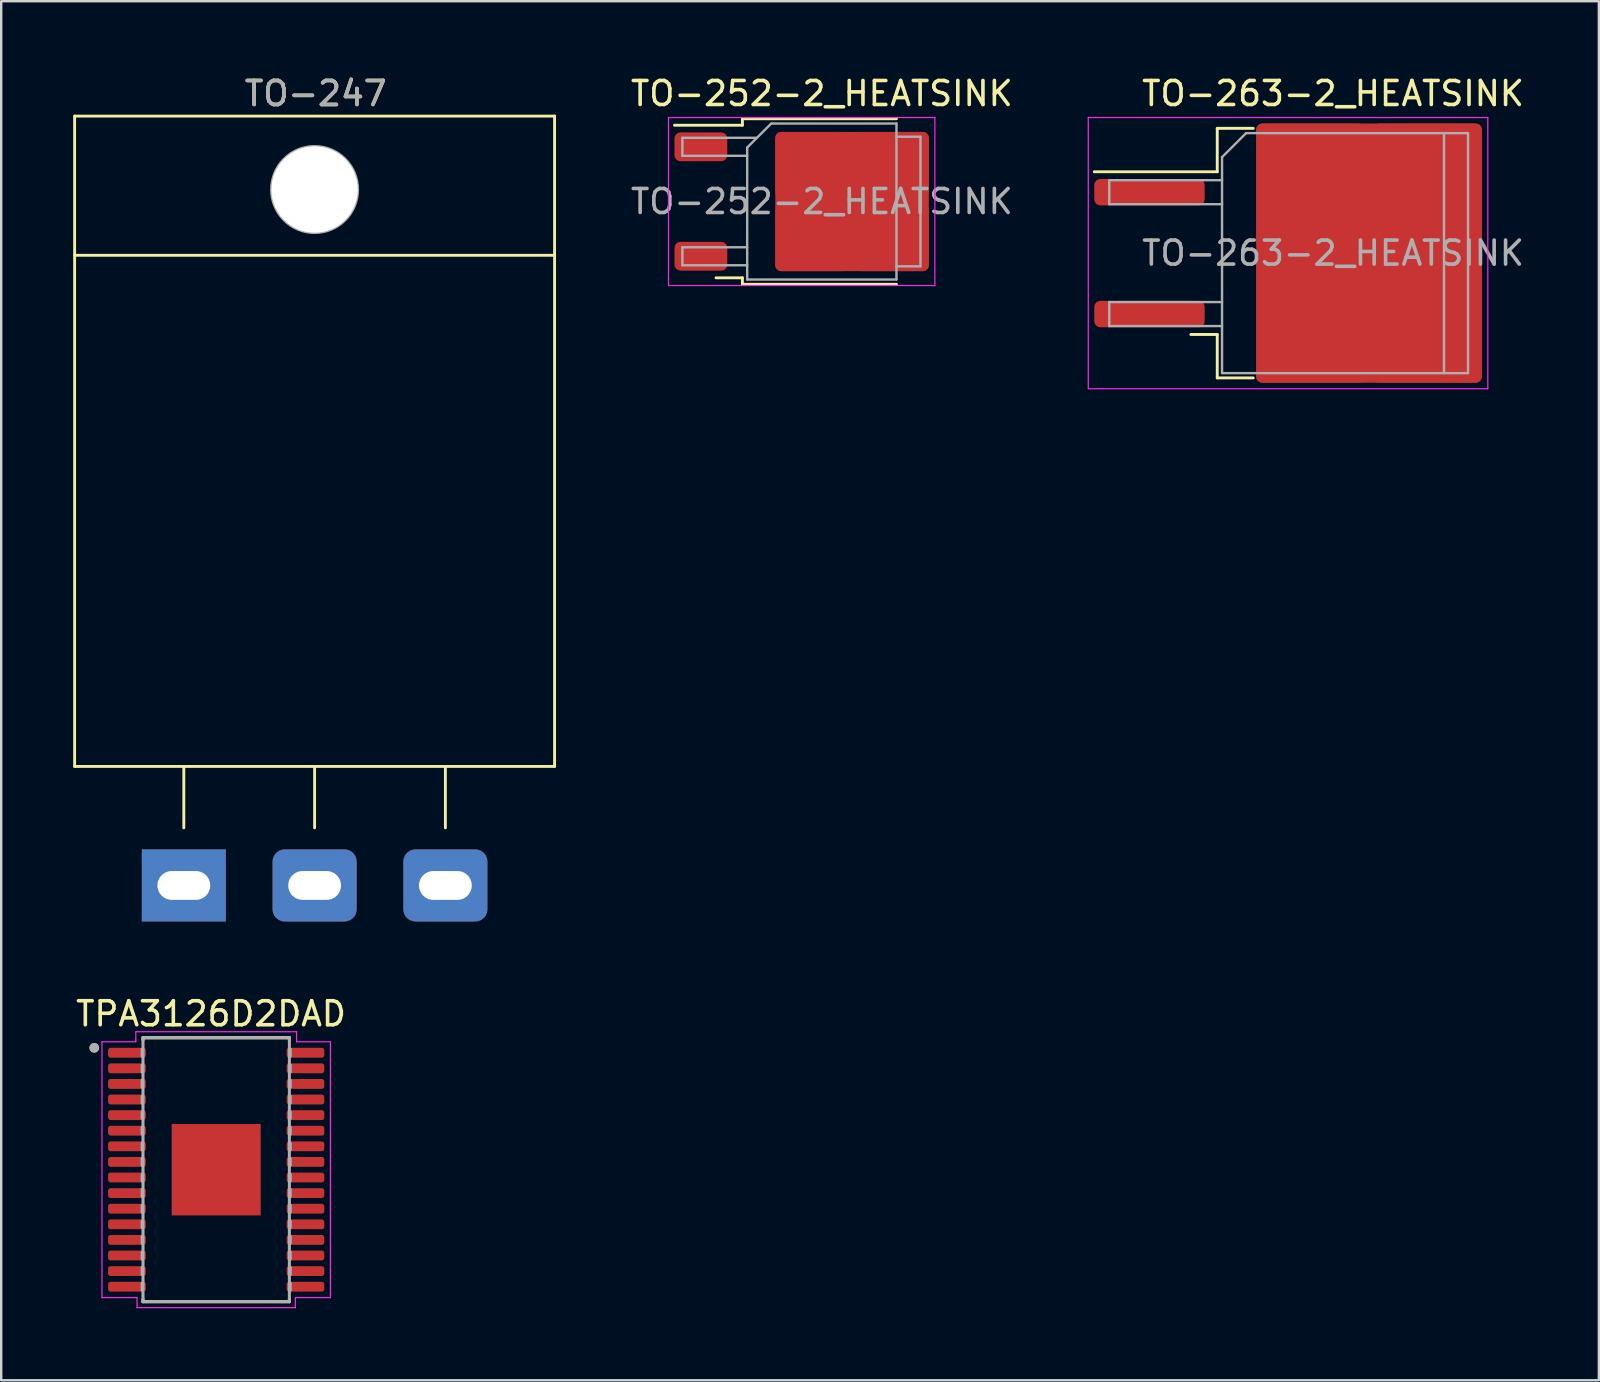
<source format=kicad_pcb>
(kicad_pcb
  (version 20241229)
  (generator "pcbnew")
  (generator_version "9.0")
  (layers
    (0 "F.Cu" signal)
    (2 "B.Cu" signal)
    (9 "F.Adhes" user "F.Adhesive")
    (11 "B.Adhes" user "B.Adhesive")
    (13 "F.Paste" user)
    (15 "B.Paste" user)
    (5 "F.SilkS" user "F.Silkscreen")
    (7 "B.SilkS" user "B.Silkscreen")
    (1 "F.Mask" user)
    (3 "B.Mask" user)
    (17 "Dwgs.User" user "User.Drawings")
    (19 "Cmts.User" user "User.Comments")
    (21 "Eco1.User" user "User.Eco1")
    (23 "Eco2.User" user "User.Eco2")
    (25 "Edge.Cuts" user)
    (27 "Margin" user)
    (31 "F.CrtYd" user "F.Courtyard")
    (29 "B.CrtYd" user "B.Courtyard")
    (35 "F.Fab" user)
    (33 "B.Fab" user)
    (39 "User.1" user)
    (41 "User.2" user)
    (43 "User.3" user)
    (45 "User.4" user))
  (footprint "TO-263-2_HEATSINK"
    (layer "F.Cu")
    (at 52.5 7.498)
    (property "Reference" "TO-263-2_HEATSINK" (at 0 -6.65 0) (layer "F.SilkS") (effects (font (size 1 1) (thickness 0.15))))
    (attr smd)
    (fp_line (start -4.825 -5.2) (end -4.825 -3.39) (stroke (width 0.12) (type solid)) (layer "F.SilkS"))
    (fp_line (start -4.825 -3.39) (end -9.95 -3.39) (stroke (width 0.12) (type solid)) (layer "F.SilkS"))
    (fp_line (start -4.825 3.39) (end -5.925 3.39) (stroke (width 0.12) (type solid)) (layer "F.SilkS"))
    (fp_line (start -4.825 5.2) (end -4.825 3.39) (stroke (width 0.12) (type solid)) (layer "F.SilkS"))
    (fp_line (start -3.325 -5.2) (end -4.825 -5.2) (stroke (width 0.12) (type solid)) (layer "F.SilkS"))
    (fp_line (start -3.325 5.2) (end -4.825 5.2) (stroke (width 0.12) (type solid)) (layer "F.SilkS"))
    (fp_line (start -10.2 -5.65) (end -10.2 5.65) (stroke (width 0.05) (type solid)) (layer "F.CrtYd"))
    (fp_line (start -10.2 5.65) (end 6.45 5.65) (stroke (width 0.05) (type solid)) (layer "F.CrtYd"))
    (fp_line (start 6.45 -5.65) (end -10.2 -5.65) (stroke (width 0.05) (type solid)) (layer "F.CrtYd"))
    (fp_line (start 6.45 5.65) (end 6.45 -5.65) (stroke (width 0.05) (type solid)) (layer "F.CrtYd"))
    (fp_line (start -9.325 -3.04) (end -9.325 -2.04) (stroke (width 0.1) (type solid)) (layer "F.Fab"))
    (fp_line (start -9.325 -2.04) (end -4.625 -2.04) (stroke (width 0.1) (type solid)) (layer "F.Fab"))
    (fp_line (start -9.325 2.04) (end -9.325 3.04) (stroke (width 0.1) (type solid)) (layer "F.Fab"))
    (fp_line (start -9.325 3.04) (end -4.625 3.04) (stroke (width 0.1) (type solid)) (layer "F.Fab"))
    (fp_line (start -4.625 -4) (end -3.625 -5) (stroke (width 0.1) (type solid)) (layer "F.Fab"))
    (fp_line (start -4.625 -3.04) (end -9.325 -3.04) (stroke (width 0.1) (type solid)) (layer "F.Fab"))
    (fp_line (start -4.625 2.04) (end -9.325 2.04) (stroke (width 0.1) (type solid)) (layer "F.Fab"))
    (fp_line (start -4.625 5) (end -4.625 -4) (stroke (width 0.1) (type solid)) (layer "F.Fab"))
    (fp_line (start -3.625 -5) (end 4.625 -5) (stroke (width 0.1) (type solid)) (layer "F.Fab"))
    (fp_line (start 4.625 -5) (end 4.625 5) (stroke (width 0.1) (type solid)) (layer "F.Fab"))
    (fp_line (start 4.625 -5) (end 5.625 -5) (stroke (width 0.1) (type solid)) (layer "F.Fab"))
    (fp_line (start 4.625 5) (end -4.625 5) (stroke (width 0.1) (type solid)) (layer "F.Fab"))
    (fp_line (start 5.625 -5) (end 5.625 5) (stroke (width 0.1) (type solid)) (layer "F.Fab"))
    (fp_line (start 5.625 5) (end 4.625 5) (stroke (width 0.1) (type solid)) (layer "F.Fab"))
    (fp_text user "${REFERENCE}" (at 0 0 0) (layer "F.Fab") (effects (font (size 1 1) (thickness 0.15))))
    (pad "1" smd roundrect (at -7.65 -2.54) (size 4.6 1.1) (layers "F.Cu" "F.Mask" "F.Paste") (roundrect_rratio 0.227))
    (pad "2" smd roundrect (at -0.925 -2.775) (size 4.55 5.25) (layers "F.Cu" "F.Paste") (roundrect_rratio 0.055))
    (pad "2" smd roundrect (at -0.925 2.775) (size 4.55 5.25) (layers "F.Cu" "F.Paste") (roundrect_rratio 0.055))
    (pad "2" smd roundrect (at 1.5 0) (size 9.4 10.8) (layers "F.Cu" "F.Mask") (roundrect_rratio 0.027))
    (pad "2" smd roundrect (at 3.925 -2.775) (size 4.55 5.25) (layers "F.Cu" "F.Paste") (roundrect_rratio 0.055))
    (pad "2" smd roundrect (at 3.925 2.775) (size 4.55 5.25) (layers "F.Cu" "F.Paste") (roundrect_rratio 0.055))
    (pad "3" smd roundrect (at -7.65 2.54) (size 4.6 1.1) (layers "F.Cu" "F.Mask" "F.Paste") (roundrect_rratio 0.227)))
  (footprint "TO-252-2_HEATSINK"
    (layer "F.Cu")
    (at 31.197 5.348)
    (property "Reference" "TO-252-2_HEATSINK" (at 0 -4.5 0) (layer "F.SilkS") (effects (font (size 1 1) (thickness 0.15))))
    (attr smd)
    (fp_line (start -3.31 -3.45) (end -3.31 -3.18) (stroke (width 0.12) (type solid)) (layer "F.SilkS"))
    (fp_line (start -3.31 -3.18) (end -6.14 -3.18) (stroke (width 0.12) (type solid)) (layer "F.SilkS"))
    (fp_line (start -3.31 3.18) (end -4.41 3.18) (stroke (width 0.12) (type solid)) (layer "F.SilkS"))
    (fp_line (start -3.31 3.45) (end -3.31 3.18) (stroke (width 0.12) (type solid)) (layer "F.SilkS"))
    (fp_line (start 3.11 -3.45) (end -3.31 -3.45) (stroke (width 0.12) (type solid)) (layer "F.SilkS"))
    (fp_line (start 3.11 3.45) (end -3.31 3.45) (stroke (width 0.12) (type solid)) (layer "F.SilkS"))
    (fp_line (start -6.39 -3.5) (end -6.39 3.5) (stroke (width 0.05) (type solid)) (layer "F.CrtYd"))
    (fp_line (start -6.39 3.5) (end 4.71 3.5) (stroke (width 0.05) (type solid)) (layer "F.CrtYd"))
    (fp_line (start 4.71 -3.5) (end -6.39 -3.5) (stroke (width 0.05) (type solid)) (layer "F.CrtYd"))
    (fp_line (start 4.71 3.5) (end 4.71 -3.5) (stroke (width 0.05) (type solid)) (layer "F.CrtYd"))
    (fp_line (start -5.81 -2.655) (end -5.81 -1.905) (stroke (width 0.1) (type solid)) (layer "F.Fab"))
    (fp_line (start -5.81 -1.905) (end -3.11 -1.905) (stroke (width 0.1) (type solid)) (layer "F.Fab"))
    (fp_line (start -5.81 1.905) (end -5.81 2.655) (stroke (width 0.1) (type solid)) (layer "F.Fab"))
    (fp_line (start -5.81 2.655) (end -3.11 2.655) (stroke (width 0.1) (type solid)) (layer "F.Fab"))
    (fp_line (start -3.11 -2.25) (end -2.11 -3.25) (stroke (width 0.1) (type solid)) (layer "F.Fab"))
    (fp_line (start -3.11 1.905) (end -5.81 1.905) (stroke (width 0.1) (type solid)) (layer "F.Fab"))
    (fp_line (start -3.11 3.25) (end -3.11 -2.25) (stroke (width 0.1) (type solid)) (layer "F.Fab"))
    (fp_line (start -2.705 -2.655) (end -5.81 -2.655) (stroke (width 0.1) (type solid)) (layer "F.Fab"))
    (fp_line (start -2.11 -3.25) (end 3.11 -3.25) (stroke (width 0.1) (type solid)) (layer "F.Fab"))
    (fp_line (start 3.11 -3.25) (end 3.11 3.25) (stroke (width 0.1) (type solid)) (layer "F.Fab"))
    (fp_line (start 3.11 -2.7) (end 4.11 -2.7) (stroke (width 0.1) (type solid)) (layer "F.Fab"))
    (fp_line (start 3.11 3.25) (end -3.11 3.25) (stroke (width 0.1) (type solid)) (layer "F.Fab"))
    (fp_line (start 4.11 -2.7) (end 4.11 2.7) (stroke (width 0.1) (type solid)) (layer "F.Fab"))
    (fp_line (start 4.11 2.7) (end 3.11 2.7) (stroke (width 0.1) (type solid)) (layer "F.Fab"))
    (fp_text user "${REFERENCE}" (at 0 0 0) (layer "F.Fab") (effects (font (size 1 1) (thickness 0.15))))
    (pad "1" smd roundrect (at -5.04 -2.28) (size 2.2 1.2) (layers "F.Cu" "F.Mask" "F.Paste") (roundrect_rratio 0.208))
    (pad "2" smd roundrect (at -0.415 -1.525) (size 3.05 2.75) (layers "F.Cu" "F.Paste") (roundrect_rratio 0.091))
    (pad "2" smd roundrect (at -0.415 1.525) (size 3.05 2.75) (layers "F.Cu" "F.Paste") (roundrect_rratio 0.091))
    (pad "2" smd roundrect (at 1.26 0) (size 6.4 5.8) (layers "F.Cu" "F.Mask") (roundrect_rratio 0.043))
    (pad "2" smd roundrect (at 2.935 -1.525) (size 3.05 2.75) (layers "F.Cu" "F.Paste") (roundrect_rratio 0.091))
    (pad "2" smd roundrect (at 2.935 1.525) (size 3.05 2.75) (layers "F.Cu" "F.Paste") (roundrect_rratio 0.091))
    (pad "3" smd roundrect (at -5.04 2.28) (size 2.2 1.2) (layers "F.Cu" "F.Mask" "F.Paste") (roundrect_rratio 0.208)))
  (footprint "TO-247"
    (layer "F.Cu")
    (at 4.61 33.848)
    (property "Reference" "TO-247" (at 5.5 -33 0) (layer "F.SilkS") (effects (font (size 1 1) (thickness 0.15))))
    (attr through_hole)
    (fp_line (start -4.55 -32.06) (end -4.55 -4.96) (stroke (width 0.12) (type solid)) (layer "F.SilkS"))
    (fp_line (start -4.55 -32.06) (end 15.45 -32.06) (stroke (width 0.12) (type solid)) (layer "F.SilkS"))
    (fp_line (start -4.55 -26.26) (end 15.45 -26.26) (stroke (width 0.12) (type solid)) (layer "F.SilkS"))
    (fp_line (start -4.55 -4.96) (end 15.45 -4.96) (stroke (width 0.12) (type solid)) (layer "F.SilkS"))
    (fp_line (start 0 -4.96) (end 0 -2.4) (stroke (width 0.12) (type solid)) (layer "F.SilkS"))
    (fp_line (start 5.45 -4.96) (end 5.45 -2.4) (stroke (width 0.12) (type solid)) (layer "F.SilkS"))
    (fp_line (start 10.9 -4.96) (end 10.9 -2.4) (stroke (width 0.12) (type solid)) (layer "F.SilkS"))
    (fp_line (start 15.45 -32.06) (end 15.45 -4.96) (stroke (width 0.12) (type solid)) (layer "F.SilkS"))
    (fp_circle (center 5.45 -29) (end 7.255 -29) (stroke (width 0.1) (type solid)) (fill no) (layer "F.Fab"))
    (fp_text user "${REFERENCE}" (at 5.5 -33 0) (layer "F.Fab") (effects (font (size 1 1) (thickness 0.15))))
    (pad "" np_thru_hole oval (at 5.45 -29) (size 3.6 3.6) (drill 3.6) (layers "*.Cu" "*.Mask"))
    (pad "1" thru_hole rect (at 0 0) (size 3.5 3) (drill oval 2.2 1.2) (layers "*.Cu" "*.Mask"))
    (pad "2" thru_hole roundrect (at 5.45 0) (size 3.5 3) (drill oval 2.2 1.2) (layers "*.Cu" "*.Mask") (roundrect_rratio 0.167))
    (pad "3" thru_hole roundrect (at 10.9 0) (size 3.5 3) (drill oval 2.2 1.2) (layers "*.Cu" "*.Mask") (roundrect_rratio 0.167)))
  (footprint "TPA3126D2DAD"
    (layer "F.Cu")
    (at 5.959 45.694)
    (property "Reference" "TPA3126D2DAD" (at -0.215 -6.497 0) (layer "F.SilkS") (effects (font (size 1 1) (thickness 0.15))))
    (attr smd)
    (fp_line (start -3.05 -5.5) (end -3.05 -5.4) (stroke (width 0.127) (type solid)) (layer "F.SilkS"))
    (fp_line (start -3.05 5.4) (end -3.05 5.5) (stroke (width 0.127) (type solid)) (layer "F.SilkS"))
    (fp_line (start -3.05 5.5) (end 3.05 5.5) (stroke (width 0.127) (type solid)) (layer "F.SilkS"))
    (fp_line (start 3.05 -5.5) (end -3.05 -5.5) (stroke (width 0.127) (type solid)) (layer "F.SilkS"))
    (fp_line (start 3.05 -5.4) (end 3.05 -5.5) (stroke (width 0.127) (type solid)) (layer "F.SilkS"))
    (fp_line (start 3.05 5.5) (end 3.05 5.4) (stroke (width 0.127) (type solid)) (layer "F.SilkS"))
    (fp_circle (center -5.08 -5.08) (end -4.98 -5.08) (stroke (width 0.2) (type solid)) (fill no) (layer "F.SilkS"))
    (fp_poly (pts (xy -1.485 -1.535) (xy -0.185 -1.535) (xy -0.185 -0.185) (xy -1.485 -0.185)) (stroke (width 0.01) (type solid)) (fill yes) (layer "F.Paste"))
    (fp_poly (pts (xy -1.485 0.185) (xy -0.185 0.185) (xy -0.185 1.535) (xy -1.485 1.535)) (stroke (width 0.01) (type solid)) (fill yes) (layer "F.Paste"))
    (fp_poly (pts (xy 0.185 -1.535) (xy 1.485 -1.535) (xy 1.485 -0.185) (xy 0.185 -0.185)) (stroke (width 0.01) (type solid)) (fill yes) (layer "F.Paste"))
    (fp_poly (pts (xy 0.185 0.185) (xy 1.485 0.185) (xy 1.485 1.535) (xy 0.185 1.535)) (stroke (width 0.01) (type solid)) (fill yes) (layer "F.Paste"))
    (fp_line (start -4.76 -5.33) (end -3.35 -5.33) (stroke (width 0.05) (type solid)) (layer "F.CrtYd"))
    (fp_line (start -4.76 5.33) (end -4.76 -5.33) (stroke (width 0.05) (type solid)) (layer "F.CrtYd"))
    (fp_line (start -3.35 -5.75) (end 3.35 -5.75) (stroke (width 0.05) (type solid)) (layer "F.CrtYd"))
    (fp_line (start -3.35 -5.33) (end -3.35 -5.75) (stroke (width 0.05) (type solid)) (layer "F.CrtYd"))
    (fp_line (start -3.3 5.33) (end -4.76 5.33) (stroke (width 0.05) (type solid)) (layer "F.CrtYd"))
    (fp_line (start -3.3 5.75) (end -3.3 5.33) (stroke (width 0.05) (type solid)) (layer "F.CrtYd"))
    (fp_line (start 3.3 5.33) (end 3.3 5.75) (stroke (width 0.05) (type solid)) (layer "F.CrtYd"))
    (fp_line (start 3.3 5.75) (end -3.3 5.75) (stroke (width 0.05) (type solid)) (layer "F.CrtYd"))
    (fp_line (start 3.35 -5.75) (end 3.35 -5.33) (stroke (width 0.05) (type solid)) (layer "F.CrtYd"))
    (fp_line (start 3.35 -5.33) (end 4.76 -5.33) (stroke (width 0.05) (type solid)) (layer "F.CrtYd"))
    (fp_line (start 4.76 -5.33) (end 4.76 5.33) (stroke (width 0.05) (type solid)) (layer "F.CrtYd"))
    (fp_line (start 4.76 5.33) (end 3.3 5.33) (stroke (width 0.05) (type solid)) (layer "F.CrtYd"))
    (fp_line (start -3.099 -4.724) (end -3.099 -5.029) (stroke (width 0.1) (type solid)) (layer "F.Fab"))
    (fp_line (start -3.099 -4.064) (end -3.099 -4.369) (stroke (width 0.1) (type solid)) (layer "F.Fab"))
    (fp_line (start -3.099 -3.429) (end -3.099 -3.734) (stroke (width 0.1) (type solid)) (layer "F.Fab"))
    (fp_line (start -3.099 -2.769) (end -3.099 -3.073) (stroke (width 0.1) (type solid)) (layer "F.Fab"))
    (fp_line (start -3.099 -2.134) (end -3.099 -2.413) (stroke (width 0.1) (type solid)) (layer "F.Fab"))
    (fp_line (start -3.099 -1.473) (end -3.099 -1.778) (stroke (width 0.1) (type solid)) (layer "F.Fab"))
    (fp_line (start -3.099 -0.813) (end -3.099 -1.118) (stroke (width 0.1) (type solid)) (layer "F.Fab"))
    (fp_line (start -3.099 -0.178) (end -3.099 -0.483) (stroke (width 0.1) (type solid)) (layer "F.Fab"))
    (fp_line (start -3.099 0.483) (end -3.099 0.178) (stroke (width 0.1) (type solid)) (layer "F.Fab"))
    (fp_line (start -3.099 1.118) (end -3.099 0.813) (stroke (width 0.1) (type solid)) (layer "F.Fab"))
    (fp_line (start -3.099 1.778) (end -3.099 1.473) (stroke (width 0.1) (type solid)) (layer "F.Fab"))
    (fp_line (start -3.099 2.413) (end -3.099 2.134) (stroke (width 0.1) (type solid)) (layer "F.Fab"))
    (fp_line (start -3.099 3.073) (end -3.099 2.769) (stroke (width 0.1) (type solid)) (layer "F.Fab"))
    (fp_line (start -3.099 3.734) (end -3.099 3.429) (stroke (width 0.1) (type solid)) (layer "F.Fab"))
    (fp_line (start -3.099 4.369) (end -3.099 4.064) (stroke (width 0.1) (type solid)) (layer "F.Fab"))
    (fp_line (start -3.099 5.029) (end -3.099 4.724) (stroke (width 0.1) (type solid)) (layer "F.Fab"))
    (fp_line (start -3.05 -5.5) (end -3.05 5.5) (stroke (width 0.127) (type solid)) (layer "F.Fab"))
    (fp_line (start -3.05 5.5) (end 3.05 5.5) (stroke (width 0.127) (type solid)) (layer "F.Fab"))
    (fp_line (start 3.05 -5.5) (end -3.05 -5.5) (stroke (width 0.127) (type solid)) (layer "F.Fab"))
    (fp_line (start 3.05 5.5) (end 3.05 -5.5) (stroke (width 0.127) (type solid)) (layer "F.Fab"))
    (fp_line (start 3.099 -5.029) (end 3.099 -4.724) (stroke (width 0.1) (type solid)) (layer "F.Fab"))
    (fp_line (start 3.099 -4.369) (end 3.099 -4.064) (stroke (width 0.1) (type solid)) (layer "F.Fab"))
    (fp_line (start 3.099 -3.734) (end 3.099 -3.429) (stroke (width 0.1) (type solid)) (layer "F.Fab"))
    (fp_line (start 3.099 -3.073) (end 3.099 -2.769) (stroke (width 0.1) (type solid)) (layer "F.Fab"))
    (fp_line (start 3.099 -2.413) (end 3.099 -2.134) (stroke (width 0.1) (type solid)) (layer "F.Fab"))
    (fp_line (start 3.099 -1.778) (end 3.099 -1.473) (stroke (width 0.1) (type solid)) (layer "F.Fab"))
    (fp_line (start 3.099 -1.118) (end 3.099 -0.813) (stroke (width 0.1) (type solid)) (layer "F.Fab"))
    (fp_line (start 3.099 -0.483) (end 3.099 -0.178) (stroke (width 0.1) (type solid)) (layer "F.Fab"))
    (fp_line (start 3.099 0.178) (end 3.099 0.483) (stroke (width 0.1) (type solid)) (layer "F.Fab"))
    (fp_line (start 3.099 0.813) (end 3.099 1.118) (stroke (width 0.1) (type solid)) (layer "F.Fab"))
    (fp_line (start 3.099 1.473) (end 3.099 1.778) (stroke (width 0.1) (type solid)) (layer "F.Fab"))
    (fp_line (start 3.099 2.134) (end 3.099 2.413) (stroke (width 0.1) (type solid)) (layer "F.Fab"))
    (fp_line (start 3.099 2.769) (end 3.099 3.073) (stroke (width 0.1) (type solid)) (layer "F.Fab"))
    (fp_line (start 3.099 3.429) (end 3.099 3.734) (stroke (width 0.1) (type solid)) (layer "F.Fab"))
    (fp_line (start 3.099 4.064) (end 3.099 4.369) (stroke (width 0.1) (type solid)) (layer "F.Fab"))
    (fp_line (start 3.099 4.724) (end 3.099 5.029) (stroke (width 0.1) (type solid)) (layer "F.Fab"))
    (fp_circle (center -5.08 -5.08) (end -4.98 -5.08) (stroke (width 0.2) (type solid)) (fill no) (layer "F.Fab"))
    (pad "1" smd roundrect (at -3.72 -4.875) (size 1.57 0.41) (layers "F.Cu" "F.Mask" "F.Paste") (roundrect_rratio 0.25))
    (pad "2" smd roundrect (at -3.72 -4.225) (size 1.57 0.41) (layers "F.Cu" "F.Mask" "F.Paste") (roundrect_rratio 0.25))
    (pad "3" smd roundrect (at -3.72 -3.575) (size 1.57 0.41) (layers "F.Cu" "F.Mask" "F.Paste") (roundrect_rratio 0.25))
    (pad "4" smd roundrect (at -3.72 -2.925) (size 1.57 0.41) (layers "F.Cu" "F.Mask" "F.Paste") (roundrect_rratio 0.25))
    (pad "5" smd roundrect (at -3.72 -2.275) (size 1.57 0.41) (layers "F.Cu" "F.Mask" "F.Paste") (roundrect_rratio 0.25))
    (pad "6" smd roundrect (at -3.72 -1.625) (size 1.57 0.41) (layers "F.Cu" "F.Mask" "F.Paste") (roundrect_rratio 0.25))
    (pad "7" smd roundrect (at -3.72 -0.975) (size 1.57 0.41) (layers "F.Cu" "F.Mask" "F.Paste") (roundrect_rratio 0.25))
    (pad "8" smd roundrect (at -3.72 -0.325) (size 1.57 0.41) (layers "F.Cu" "F.Mask" "F.Paste") (roundrect_rratio 0.25))
    (pad "9" smd roundrect (at -3.72 0.325) (size 1.57 0.41) (layers "F.Cu" "F.Mask" "F.Paste") (roundrect_rratio 0.25))
    (pad "10" smd roundrect (at -3.72 0.975) (size 1.57 0.41) (layers "F.Cu" "F.Mask" "F.Paste") (roundrect_rratio 0.25))
    (pad "11" smd roundrect (at -3.72 1.625) (size 1.57 0.41) (layers "F.Cu" "F.Mask" "F.Paste") (roundrect_rratio 0.25))
    (pad "12" smd roundrect (at -3.72 2.275) (size 1.57 0.41) (layers "F.Cu" "F.Mask" "F.Paste") (roundrect_rratio 0.25))
    (pad "13" smd roundrect (at -3.72 2.925) (size 1.57 0.41) (layers "F.Cu" "F.Mask" "F.Paste") (roundrect_rratio 0.25))
    (pad "14" smd roundrect (at -3.72 3.575) (size 1.57 0.41) (layers "F.Cu" "F.Mask" "F.Paste") (roundrect_rratio 0.25))
    (pad "15" smd roundrect (at -3.72 4.225) (size 1.57 0.41) (layers "F.Cu" "F.Mask" "F.Paste") (roundrect_rratio 0.25))
    (pad "16" smd roundrect (at -3.72 4.875) (size 1.57 0.41) (layers "F.Cu" "F.Mask" "F.Paste") (roundrect_rratio 0.25))
    (pad "17" smd roundrect (at 3.72 4.875 180) (size 1.57 0.41) (layers "F.Cu" "F.Mask" "F.Paste") (roundrect_rratio 0.25))
    (pad "18" smd roundrect (at 3.72 4.225 180) (size 1.57 0.41) (layers "F.Cu" "F.Mask" "F.Paste") (roundrect_rratio 0.25))
    (pad "19" smd roundrect (at 3.72 3.575 180) (size 1.57 0.41) (layers "F.Cu" "F.Mask" "F.Paste") (roundrect_rratio 0.25))
    (pad "20" smd roundrect (at 3.72 2.925 180) (size 1.57 0.41) (layers "F.Cu" "F.Mask" "F.Paste") (roundrect_rratio 0.25))
    (pad "21" smd roundrect (at 3.72 2.275 180) (size 1.57 0.41) (layers "F.Cu" "F.Mask" "F.Paste") (roundrect_rratio 0.25))
    (pad "22" smd roundrect (at 3.72 1.625 180) (size 1.57 0.41) (layers "F.Cu" "F.Mask" "F.Paste") (roundrect_rratio 0.25))
    (pad "23" smd roundrect (at 3.72 0.975 180) (size 1.57 0.41) (layers "F.Cu" "F.Mask" "F.Paste") (roundrect_rratio 0.25))
    (pad "24" smd roundrect (at 3.72 0.325 180) (size 1.57 0.41) (layers "F.Cu" "F.Mask" "F.Paste") (roundrect_rratio 0.25))
    (pad "25" smd roundrect (at 3.72 -0.325 180) (size 1.57 0.41) (layers "F.Cu" "F.Mask" "F.Paste") (roundrect_rratio 0.25))
    (pad "26" smd roundrect (at 3.72 -0.975 180) (size 1.57 0.41) (layers "F.Cu" "F.Mask" "F.Paste") (roundrect_rratio 0.25))
    (pad "27" smd roundrect (at 3.72 -1.625 180) (size 1.57 0.41) (layers "F.Cu" "F.Mask" "F.Paste") (roundrect_rratio 0.25))
    (pad "28" smd roundrect (at 3.72 -2.275 180) (size 1.57 0.41) (layers "F.Cu" "F.Mask" "F.Paste") (roundrect_rratio 0.25))
    (pad "29" smd roundrect (at 3.72 -2.925 180) (size 1.57 0.41) (layers "F.Cu" "F.Mask" "F.Paste") (roundrect_rratio 0.25))
    (pad "30" smd roundrect (at 3.72 -3.575 180) (size 1.57 0.41) (layers "F.Cu" "F.Mask" "F.Paste") (roundrect_rratio 0.25))
    (pad "31" smd roundrect (at 3.72 -4.225 180) (size 1.57 0.41) (layers "F.Cu" "F.Mask" "F.Paste") (roundrect_rratio 0.25))
    (pad "32" smd roundrect (at 3.72 -4.875 180) (size 1.57 0.41) (layers "F.Cu" "F.Mask" "F.Paste") (roundrect_rratio 0.25))
    (pad "33" smd rect (at 0 0) (size 3.71 3.81) (layers "F.Cu" "F.Mask")))
  (gr_rect
    (start -3 -3)
    (end 63.577 54.469)
    (stroke (width 0.1) (type default))
    (fill no)
    (layer "Edge.Cuts")))
</source>
